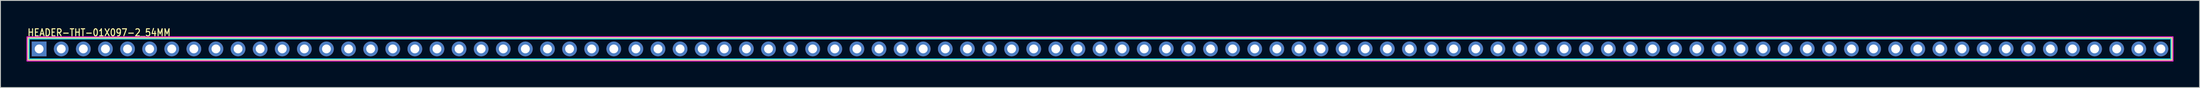
<source format=kicad_pcb>
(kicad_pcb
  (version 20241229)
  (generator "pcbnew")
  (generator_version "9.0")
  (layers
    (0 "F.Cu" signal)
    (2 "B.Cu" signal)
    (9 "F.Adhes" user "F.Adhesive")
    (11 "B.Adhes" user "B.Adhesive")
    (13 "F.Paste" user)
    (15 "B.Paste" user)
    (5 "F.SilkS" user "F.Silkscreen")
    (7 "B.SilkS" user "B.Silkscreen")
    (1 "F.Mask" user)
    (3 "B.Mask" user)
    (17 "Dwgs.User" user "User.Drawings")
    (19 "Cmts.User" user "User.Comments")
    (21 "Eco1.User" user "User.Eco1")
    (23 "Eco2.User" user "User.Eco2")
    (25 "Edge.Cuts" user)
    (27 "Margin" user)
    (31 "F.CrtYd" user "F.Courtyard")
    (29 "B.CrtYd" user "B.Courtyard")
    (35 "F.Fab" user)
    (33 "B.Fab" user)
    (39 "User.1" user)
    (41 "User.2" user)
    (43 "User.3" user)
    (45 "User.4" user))
  (footprint "HEADER-THT-01X097-2_54MM"
    (layer "F.Cu")
    (at 1.447 2.579)
    (property "Reference" "HEADER-THT-01X097-2_54MM" (at -1.4 -1.4 0) (unlocked yes) (layer "F.SilkS") (effects (font (size 0.813 0.695) (thickness 0.122)) (justify left bottom)))
    (fp_line (start -1.27 -1.27) (end -1.27 1.27) (stroke (width 0.127) (type solid)) (layer "F.SilkS"))
    (fp_line (start -1.27 1.27) (end 245.11 1.27) (stroke (width 0.127) (type solid)) (layer "F.SilkS"))
    (fp_line (start 245.11 -1.27) (end -1.27 -1.27) (stroke (width 0.127) (type solid)) (layer "F.SilkS"))
    (fp_line (start 245.11 1.27) (end 245.11 -1.27) (stroke (width 0.127) (type solid)) (layer "F.SilkS"))
    (fp_poly (pts (xy -1.143 -1.143) (xy 244.983 -1.143) (xy 244.983 1.143) (xy -1.143 1.143)) (stroke (width 0.1) (type solid)) (fill no) (layer "B.CrtYd"))
    (fp_poly (pts (xy -1.397 -1.397) (xy 245.237 -1.397) (xy 245.237 1.397) (xy -1.397 1.397)) (stroke (width 0.1) (type solid)) (fill no) (layer "F.CrtYd"))
    (pad "P$1" thru_hole rect (at 0 0) (size 1.693 1.693) (drill 1.016) (layers "*.Cu" "*.Mask"))
    (pad "P$2" thru_hole oval (at 2.54 0) (size 1.693 1.693) (drill 1.016) (layers "*.Cu" "*.Mask"))
    (pad "P$3" thru_hole oval (at 5.08 0) (size 1.693 1.693) (drill 1.016) (layers "*.Cu" "*.Mask"))
    (pad "P$4" thru_hole oval (at 7.62 0) (size 1.693 1.693) (drill 1.016) (layers "*.Cu" "*.Mask"))
    (pad "P$5" thru_hole oval (at 10.16 0) (size 1.693 1.693) (drill 1.016) (layers "*.Cu" "*.Mask"))
    (pad "P$6" thru_hole oval (at 12.7 0) (size 1.693 1.693) (drill 1.016) (layers "*.Cu" "*.Mask"))
    (pad "P$7" thru_hole oval (at 15.24 0) (size 1.693 1.693) (drill 1.016) (layers "*.Cu" "*.Mask"))
    (pad "P$8" thru_hole oval (at 17.78 0) (size 1.693 1.693) (drill 1.016) (layers "*.Cu" "*.Mask"))
    (pad "P$9" thru_hole oval (at 20.32 0) (size 1.693 1.693) (drill 1.016) (layers "*.Cu" "*.Mask"))
    (pad "P$10" thru_hole oval (at 22.86 0) (size 1.693 1.693) (drill 1.016) (layers "*.Cu" "*.Mask"))
    (pad "P$11" thru_hole oval (at 25.4 0) (size 1.693 1.693) (drill 1.016) (layers "*.Cu" "*.Mask"))
    (pad "P$12" thru_hole oval (at 27.94 0) (size 1.693 1.693) (drill 1.016) (layers "*.Cu" "*.Mask"))
    (pad "P$13" thru_hole oval (at 30.48 0) (size 1.693 1.693) (drill 1.016) (layers "*.Cu" "*.Mask"))
    (pad "P$14" thru_hole oval (at 33.02 0) (size 1.693 1.693) (drill 1.016) (layers "*.Cu" "*.Mask"))
    (pad "P$15" thru_hole oval (at 35.56 0) (size 1.693 1.693) (drill 1.016) (layers "*.Cu" "*.Mask"))
    (pad "P$16" thru_hole oval (at 38.1 0) (size 1.693 1.693) (drill 1.016) (layers "*.Cu" "*.Mask"))
    (pad "P$17" thru_hole oval (at 40.64 0) (size 1.693 1.693) (drill 1.016) (layers "*.Cu" "*.Mask"))
    (pad "P$18" thru_hole oval (at 43.18 0) (size 1.693 1.693) (drill 1.016) (layers "*.Cu" "*.Mask"))
    (pad "P$19" thru_hole oval (at 45.72 0) (size 1.693 1.693) (drill 1.016) (layers "*.Cu" "*.Mask"))
    (pad "P$20" thru_hole oval (at 48.26 0) (size 1.693 1.693) (drill 1.016) (layers "*.Cu" "*.Mask"))
    (pad "P$21" thru_hole oval (at 50.8 0) (size 1.693 1.693) (drill 1.016) (layers "*.Cu" "*.Mask"))
    (pad "P$22" thru_hole oval (at 53.34 0) (size 1.693 1.693) (drill 1.016) (layers "*.Cu" "*.Mask"))
    (pad "P$23" thru_hole oval (at 55.88 0) (size 1.693 1.693) (drill 1.016) (layers "*.Cu" "*.Mask"))
    (pad "P$24" thru_hole oval (at 58.42 0) (size 1.693 1.693) (drill 1.016) (layers "*.Cu" "*.Mask"))
    (pad "P$25" thru_hole oval (at 60.96 0) (size 1.693 1.693) (drill 1.016) (layers "*.Cu" "*.Mask"))
    (pad "P$26" thru_hole oval (at 63.5 0) (size 1.693 1.693) (drill 1.016) (layers "*.Cu" "*.Mask"))
    (pad "P$27" thru_hole oval (at 66.04 0) (size 1.693 1.693) (drill 1.016) (layers "*.Cu" "*.Mask"))
    (pad "P$28" thru_hole oval (at 68.58 0) (size 1.693 1.693) (drill 1.016) (layers "*.Cu" "*.Mask"))
    (pad "P$29" thru_hole oval (at 71.12 0) (size 1.693 1.693) (drill 1.016) (layers "*.Cu" "*.Mask"))
    (pad "P$30" thru_hole oval (at 73.66 0) (size 1.693 1.693) (drill 1.016) (layers "*.Cu" "*.Mask"))
    (pad "P$31" thru_hole oval (at 76.2 0) (size 1.693 1.693) (drill 1.016) (layers "*.Cu" "*.Mask"))
    (pad "P$32" thru_hole oval (at 78.74 0) (size 1.693 1.693) (drill 1.016) (layers "*.Cu" "*.Mask"))
    (pad "P$33" thru_hole oval (at 81.28 0) (size 1.693 1.693) (drill 1.016) (layers "*.Cu" "*.Mask"))
    (pad "P$34" thru_hole oval (at 83.82 0) (size 1.693 1.693) (drill 1.016) (layers "*.Cu" "*.Mask"))
    (pad "P$35" thru_hole oval (at 86.36 0) (size 1.693 1.693) (drill 1.016) (layers "*.Cu" "*.Mask"))
    (pad "P$36" thru_hole oval (at 88.9 0) (size 1.693 1.693) (drill 1.016) (layers "*.Cu" "*.Mask"))
    (pad "P$37" thru_hole oval (at 91.44 0) (size 1.693 1.693) (drill 1.016) (layers "*.Cu" "*.Mask"))
    (pad "P$38" thru_hole oval (at 93.98 0) (size 1.693 1.693) (drill 1.016) (layers "*.Cu" "*.Mask"))
    (pad "P$39" thru_hole oval (at 96.52 0) (size 1.693 1.693) (drill 1.016) (layers "*.Cu" "*.Mask"))
    (pad "P$40" thru_hole oval (at 99.06 0) (size 1.693 1.693) (drill 1.016) (layers "*.Cu" "*.Mask"))
    (pad "P$41" thru_hole oval (at 101.6 0) (size 1.693 1.693) (drill 1.016) (layers "*.Cu" "*.Mask"))
    (pad "P$42" thru_hole oval (at 104.14 0) (size 1.693 1.693) (drill 1.016) (layers "*.Cu" "*.Mask"))
    (pad "P$43" thru_hole oval (at 106.68 0) (size 1.693 1.693) (drill 1.016) (layers "*.Cu" "*.Mask"))
    (pad "P$44" thru_hole oval (at 109.22 0) (size 1.693 1.693) (drill 1.016) (layers "*.Cu" "*.Mask"))
    (pad "P$45" thru_hole oval (at 111.76 0) (size 1.693 1.693) (drill 1.016) (layers "*.Cu" "*.Mask"))
    (pad "P$46" thru_hole oval (at 114.3 0) (size 1.693 1.693) (drill 1.016) (layers "*.Cu" "*.Mask"))
    (pad "P$47" thru_hole oval (at 116.84 0) (size 1.693 1.693) (drill 1.016) (layers "*.Cu" "*.Mask"))
    (pad "P$48" thru_hole oval (at 119.38 0) (size 1.693 1.693) (drill 1.016) (layers "*.Cu" "*.Mask"))
    (pad "P$49" thru_hole oval (at 121.92 0) (size 1.693 1.693) (drill 1.016) (layers "*.Cu" "*.Mask"))
    (pad "P$50" thru_hole oval (at 124.46 0) (size 1.693 1.693) (drill 1.016) (layers "*.Cu" "*.Mask"))
    (pad "P$51" thru_hole oval (at 127 0) (size 1.693 1.693) (drill 1.016) (layers "*.Cu" "*.Mask"))
    (pad "P$52" thru_hole oval (at 129.54 0) (size 1.693 1.693) (drill 1.016) (layers "*.Cu" "*.Mask"))
    (pad "P$53" thru_hole oval (at 132.08 0) (size 1.693 1.693) (drill 1.016) (layers "*.Cu" "*.Mask"))
    (pad "P$54" thru_hole oval (at 134.62 0) (size 1.693 1.693) (drill 1.016) (layers "*.Cu" "*.Mask"))
    (pad "P$55" thru_hole oval (at 137.16 0) (size 1.693 1.693) (drill 1.016) (layers "*.Cu" "*.Mask"))
    (pad "P$56" thru_hole oval (at 139.7 0) (size 1.693 1.693) (drill 1.016) (layers "*.Cu" "*.Mask"))
    (pad "P$57" thru_hole oval (at 142.24 0) (size 1.693 1.693) (drill 1.016) (layers "*.Cu" "*.Mask"))
    (pad "P$58" thru_hole oval (at 144.78 0) (size 1.693 1.693) (drill 1.016) (layers "*.Cu" "*.Mask"))
    (pad "P$59" thru_hole oval (at 147.32 0) (size 1.693 1.693) (drill 1.016) (layers "*.Cu" "*.Mask"))
    (pad "P$60" thru_hole oval (at 149.86 0) (size 1.693 1.693) (drill 1.016) (layers "*.Cu" "*.Mask"))
    (pad "P$61" thru_hole oval (at 152.4 0) (size 1.693 1.693) (drill 1.016) (layers "*.Cu" "*.Mask"))
    (pad "P$62" thru_hole oval (at 154.94 0) (size 1.693 1.693) (drill 1.016) (layers "*.Cu" "*.Mask"))
    (pad "P$63" thru_hole oval (at 157.48 0) (size 1.693 1.693) (drill 1.016) (layers "*.Cu" "*.Mask"))
    (pad "P$64" thru_hole oval (at 160.02 0) (size 1.693 1.693) (drill 1.016) (layers "*.Cu" "*.Mask"))
    (pad "P$65" thru_hole oval (at 162.56 0) (size 1.693 1.693) (drill 1.016) (layers "*.Cu" "*.Mask"))
    (pad "P$66" thru_hole oval (at 165.1 0) (size 1.693 1.693) (drill 1.016) (layers "*.Cu" "*.Mask"))
    (pad "P$67" thru_hole oval (at 167.64 0) (size 1.693 1.693) (drill 1.016) (layers "*.Cu" "*.Mask"))
    (pad "P$68" thru_hole oval (at 170.18 0) (size 1.693 1.693) (drill 1.016) (layers "*.Cu" "*.Mask"))
    (pad "P$69" thru_hole oval (at 172.72 0) (size 1.693 1.693) (drill 1.016) (layers "*.Cu" "*.Mask"))
    (pad "P$70" thru_hole oval (at 175.26 0) (size 1.693 1.693) (drill 1.016) (layers "*.Cu" "*.Mask"))
    (pad "P$71" thru_hole oval (at 177.8 0) (size 1.693 1.693) (drill 1.016) (layers "*.Cu" "*.Mask"))
    (pad "P$72" thru_hole oval (at 180.34 0) (size 1.693 1.693) (drill 1.016) (layers "*.Cu" "*.Mask"))
    (pad "P$73" thru_hole oval (at 182.88 0) (size 1.693 1.693) (drill 1.016) (layers "*.Cu" "*.Mask"))
    (pad "P$74" thru_hole oval (at 185.42 0) (size 1.693 1.693) (drill 1.016) (layers "*.Cu" "*.Mask"))
    (pad "P$75" thru_hole oval (at 187.96 0) (size 1.693 1.693) (drill 1.016) (layers "*.Cu" "*.Mask"))
    (pad "P$76" thru_hole oval (at 190.5 0) (size 1.693 1.693) (drill 1.016) (layers "*.Cu" "*.Mask"))
    (pad "P$77" thru_hole oval (at 193.04 0) (size 1.693 1.693) (drill 1.016) (layers "*.Cu" "*.Mask"))
    (pad "P$78" thru_hole oval (at 195.58 0) (size 1.693 1.693) (drill 1.016) (layers "*.Cu" "*.Mask"))
    (pad "P$79" thru_hole oval (at 198.12 0) (size 1.693 1.693) (drill 1.016) (layers "*.Cu" "*.Mask"))
    (pad "P$80" thru_hole oval (at 200.66 0) (size 1.693 1.693) (drill 1.016) (layers "*.Cu" "*.Mask"))
    (pad "P$81" thru_hole oval (at 203.2 0) (size 1.693 1.693) (drill 1.016) (layers "*.Cu" "*.Mask"))
    (pad "P$82" thru_hole oval (at 205.74 0) (size 1.693 1.693) (drill 1.016) (layers "*.Cu" "*.Mask"))
    (pad "P$83" thru_hole oval (at 208.28 0) (size 1.693 1.693) (drill 1.016) (layers "*.Cu" "*.Mask"))
    (pad "P$84" thru_hole oval (at 210.82 0) (size 1.693 1.693) (drill 1.016) (layers "*.Cu" "*.Mask"))
    (pad "P$85" thru_hole oval (at 213.36 0) (size 1.693 1.693) (drill 1.016) (layers "*.Cu" "*.Mask"))
    (pad "P$86" thru_hole oval (at 215.9 0) (size 1.693 1.693) (drill 1.016) (layers "*.Cu" "*.Mask"))
    (pad "P$87" thru_hole oval (at 218.44 0) (size 1.693 1.693) (drill 1.016) (layers "*.Cu" "*.Mask"))
    (pad "P$88" thru_hole oval (at 220.98 0) (size 1.693 1.693) (drill 1.016) (layers "*.Cu" "*.Mask"))
    (pad "P$89" thru_hole oval (at 223.52 0) (size 1.693 1.693) (drill 1.016) (layers "*.Cu" "*.Mask"))
    (pad "P$90" thru_hole oval (at 226.06 0) (size 1.693 1.693) (drill 1.016) (layers "*.Cu" "*.Mask"))
    (pad "P$91" thru_hole oval (at 228.6 0) (size 1.693 1.693) (drill 1.016) (layers "*.Cu" "*.Mask"))
    (pad "P$92" thru_hole oval (at 231.14 0) (size 1.693 1.693) (drill 1.016) (layers "*.Cu" "*.Mask"))
    (pad "P$93" thru_hole oval (at 233.68 0) (size 1.693 1.693) (drill 1.016) (layers "*.Cu" "*.Mask"))
    (pad "P$94" thru_hole oval (at 236.22 0) (size 1.693 1.693) (drill 1.016) (layers "*.Cu" "*.Mask"))
    (pad "P$95" thru_hole oval (at 238.76 0) (size 1.693 1.693) (drill 1.016) (layers "*.Cu" "*.Mask"))
    (pad "P$96" thru_hole oval (at 241.3 0) (size 1.693 1.693) (drill 1.016) (layers "*.Cu" "*.Mask"))
    (pad "P$97" thru_hole oval (at 243.84 0) (size 1.693 1.693) (drill 1.016) (layers "*.Cu" "*.Mask")))
  (gr_rect
    (start -3 -3)
    (end 249.734 7.026)
    (stroke (width 0.1) (type default))
    (fill no)
    (layer "Edge.Cuts")))
</source>
